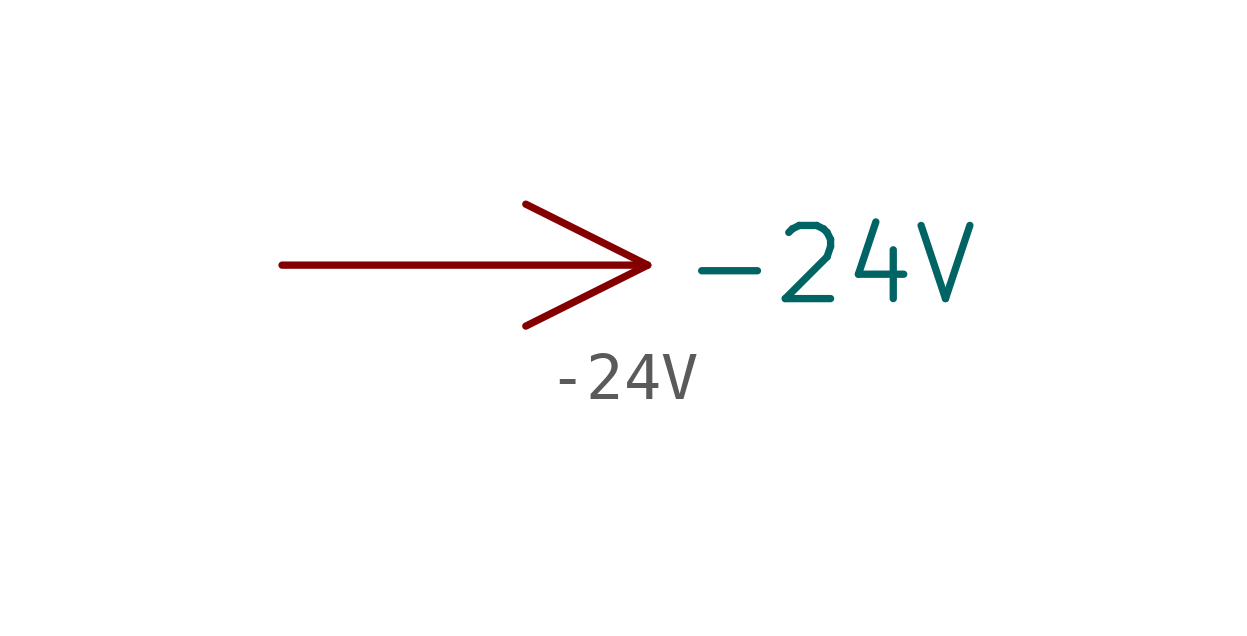
<source format=kicad_sym>
(kicad_symbol_lib
  (version 20220914)
  (generator kicad_symbol_editor)
  (symbol "-24V"
    (power)
    (pin_numbers hide)
    (pin_names
      (offset 0))
    (property "Reference" ""
      (at 2.54 -1.27 0)
      (effects (font (size 1.524 1.524)) hide))
    (property "Value" "-24V"
      (at 11.43 0 0)
      (do_not_autoplace)
      (effects (font (size 1.524 1.524))))
    (property "Footprint" ""
      (at 0 0 0)
      (effects (font (size 1.524 1.524))))
    (property "Datasheet" ""
      (at 0 0 0)
      (effects (font (size 1.524 1.524))))
    (symbol "-24V_0_1"
      (polyline (pts (xy 0 0) (xy 7.62 0)) (stroke (width 0) (type solid)) (fill (type none)))
      (polyline (pts (xy 5.08 1.27) (xy 7.62 0) (xy 5.08 -1.27)) (stroke (width 0) (type solid)) (fill (type none))))
    (symbol "-24V_1_1"
      (pin power_in line (at 0 0 0) (length 5.08) hide (name "-24V" (effects (font (size 1.27 1.27)))) (number "~" (effects (font (size 1.27 1.27))))))))
</source>
